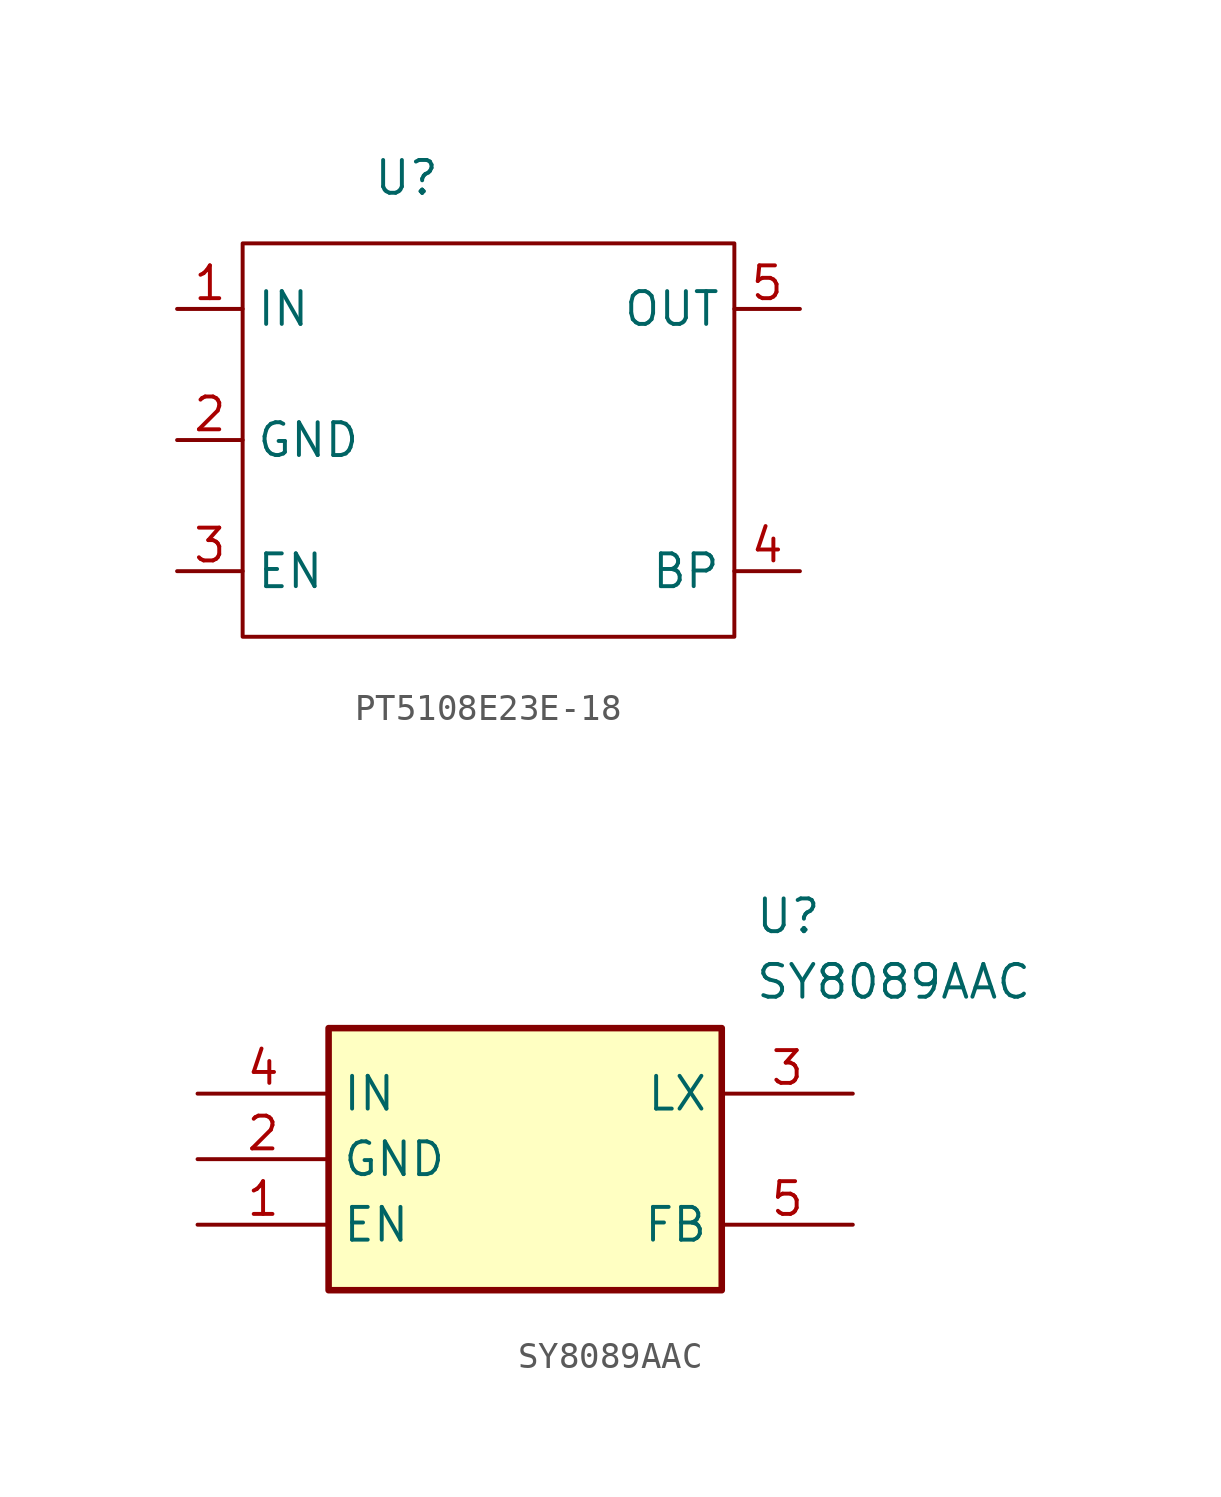
<source format=kicad_sym>
(kicad_symbol_lib
  (version 20241209)
  (generator "kicad_symbol_editor")
  (generator_version "9.0")
  (symbol "PT5108E23E-18"
    (property "Reference" "U"
      (at 0 0 0)
      (effects (font (size 1.27 1.27))))
    (property "Value" ""
      (at 0 0 0)
      (effects (font (size 1.27 1.27))))
    (symbol "PT5108E23E-18_0_0"
      (pin passive line (at -8.89 -5.08 0) (length 2.54) (name "IN" (effects (font (size 1.27 1.27)))) (number "1" (effects (font (size 1.27 1.27)))))
      (pin passive line (at -8.89 -10.16 0) (length 2.54) (name "GND" (effects (font (size 1.27 1.27)))) (number "2" (effects (font (size 1.27 1.27)))))
      (pin passive line (at -8.89 -15.24 0) (length 2.54) (name "EN" (effects (font (size 1.27 1.27)))) (number "3" (effects (font (size 1.27 1.27)))))
      (pin passive line (at 15.24 -5.08 180) (length 2.54) (name "OUT" (effects (font (size 1.27 1.27)))) (number "5" (effects (font (size 1.27 1.27)))))
      (pin passive line (at 15.24 -15.24 180) (length 2.54) (name "BP" (effects (font (size 1.27 1.27)))) (number "4" (effects (font (size 1.27 1.27))))))
    (symbol "PT5108E23E-18_0_1"
      (rectangle (start -6.35 -2.54) (end 12.7 -17.78) (stroke (width 0) (type default)) (fill (type none)))))
  (symbol "SY8089AAC"
    (property "Reference" "U"
      (at 21.59 7.62 0)
      (effects (font (size 1.27 1.27)) (justify left top)))
    (property "Value" "SY8089AAC"
      (at 21.59 5.08 0)
      (effects (font (size 1.27 1.27)) (justify left top)))
    (symbol "SY8089AAC_1_1"
      (rectangle (start 5.08 2.54) (end 20.32 -7.62) (stroke (width 0.254) (type default)) (fill (type background)))
      (pin passive line (at 0 0 0) (length 5.08) (name "IN" (effects (font (size 1.27 1.27)))) (number "4" (effects (font (size 1.27 1.27)))))
      (pin passive line (at 0 -2.54 0) (length 5.08) (name "GND" (effects (font (size 1.27 1.27)))) (number "2" (effects (font (size 1.27 1.27)))))
      (pin passive line (at 0 -5.08 0) (length 5.08) (name "EN" (effects (font (size 1.27 1.27)))) (number "1" (effects (font (size 1.27 1.27)))))
      (pin passive line (at 25.4 0 180) (length 5.08) (name "LX" (effects (font (size 1.27 1.27)))) (number "3" (effects (font (size 1.27 1.27)))))
      (pin passive line (at 25.4 -5.08 180) (length 5.08) (name "FB" (effects (font (size 1.27 1.27)))) (number "5" (effects (font (size 1.27 1.27))))))))
</source>
